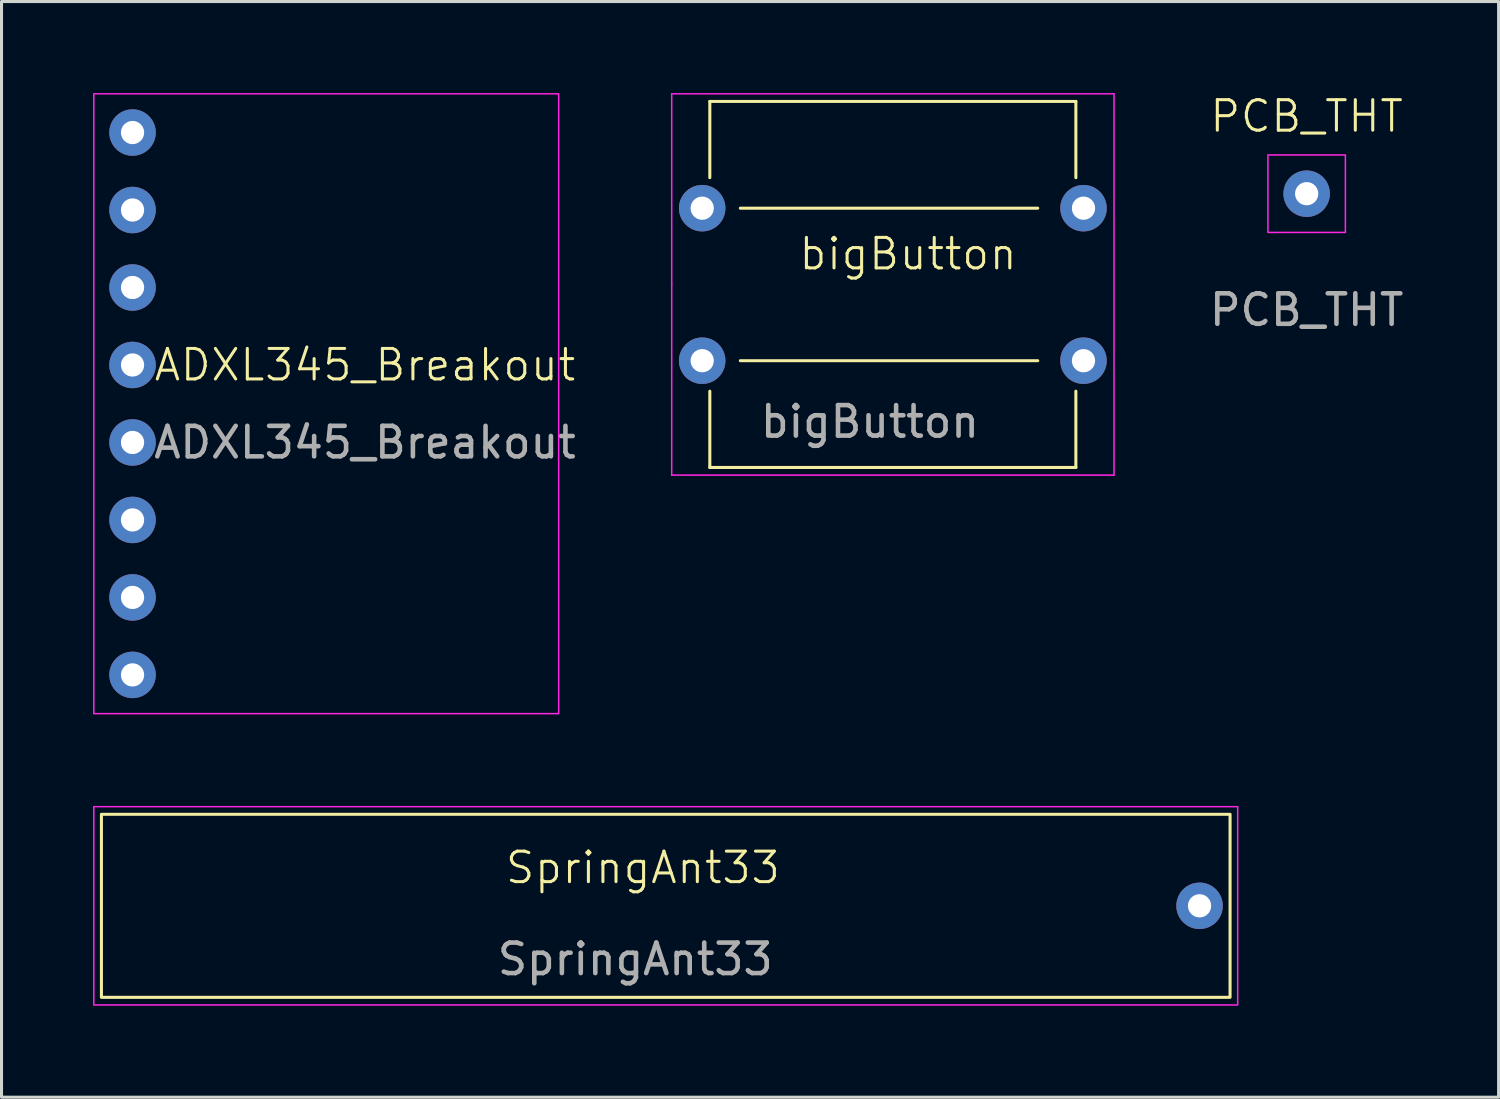
<source format=kicad_pcb>
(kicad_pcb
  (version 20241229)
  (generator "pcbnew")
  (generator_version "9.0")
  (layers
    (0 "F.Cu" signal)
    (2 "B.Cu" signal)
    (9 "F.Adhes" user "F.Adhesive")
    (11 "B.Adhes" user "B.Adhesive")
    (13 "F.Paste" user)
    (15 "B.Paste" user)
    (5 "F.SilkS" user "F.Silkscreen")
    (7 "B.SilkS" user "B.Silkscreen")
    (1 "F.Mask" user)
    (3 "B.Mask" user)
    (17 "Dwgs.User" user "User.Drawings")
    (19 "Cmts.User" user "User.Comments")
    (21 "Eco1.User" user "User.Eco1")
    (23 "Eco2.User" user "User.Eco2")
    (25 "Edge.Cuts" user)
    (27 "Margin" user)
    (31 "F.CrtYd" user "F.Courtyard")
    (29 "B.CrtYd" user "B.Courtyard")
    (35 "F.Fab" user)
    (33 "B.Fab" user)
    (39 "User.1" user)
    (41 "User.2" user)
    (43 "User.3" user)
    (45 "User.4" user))
  (footprint "ADXL345_Breakout"
    (layer "F.Cu")
    (at 1.295 1.295)
    (property "Reference" "ADXL345_Breakout" (at 7.62 7.62 0) (unlocked yes) (layer "F.SilkS") (effects (font (size 1 1) (thickness 0.1))))
    (attr through_hole)
    (fp_rect (start -1.27 -1.27) (end 13.97 19.05) (stroke (width 0.05) (type default)) (fill no) (layer "F.CrtYd"))
    (fp_text user "${REFERENCE}" (at 7.62 10.16 0) (unlocked yes) (layer "F.Fab") (effects (font (size 1 1) (thickness 0.15))))
    (pad "1" thru_hole circle (at 0 0) (size 1.524 1.524) (drill 0.762) (layers "*.Cu" "*.Mask"))
    (pad "2" thru_hole circle (at 0 2.54) (size 1.524 1.524) (drill 0.762) (layers "*.Cu" "*.Mask"))
    (pad "3" thru_hole circle (at 0 5.08) (size 1.524 1.524) (drill 0.762) (layers "*.Cu" "*.Mask"))
    (pad "4" thru_hole circle (at 0 7.62) (size 1.524 1.524) (drill 0.762) (layers "*.Cu" "*.Mask"))
    (pad "5" thru_hole circle (at 0 10.16) (size 1.524 1.524) (drill 0.762) (layers "*.Cu" "*.Mask"))
    (pad "6" thru_hole circle (at 0 12.7) (size 1.524 1.524) (drill 0.762) (layers "*.Cu" "*.Mask"))
    (pad "7" thru_hole circle (at 0 15.24) (size 1.524 1.524) (drill 0.762) (layers "*.Cu" "*.Mask"))
    (pad "8" thru_hole circle (at 0 17.78) (size 1.524 1.524) (drill 0.762) (layers "*.Cu" "*.Mask")))
  (footprint "PCB_THT"
    (layer "F.Cu")
    (at 39.786 3.3)
    (property "Reference" "PCB_THT" (at 0 -2.54 0) (unlocked yes) (layer "F.SilkS") (effects (font (size 1 1) (thickness 0.1))))
    (attr through_hole)
    (fp_rect (start -1.27 -1.27) (end 1.27 1.27) (stroke (width 0.05) (type default)) (fill no) (layer "F.CrtYd"))
    (fp_text user "${REFERENCE}" (at 0 3.81 0) (unlocked yes) (layer "F.Fab") (effects (font (size 1 1) (thickness 0.15))))
    (pad "1" thru_hole circle (at 0 0) (size 1.524 1.524) (drill 0.762) (layers "*.Cu" "*.Mask")))
  (footprint "SpringAnt33"
    (layer "F.Cu")
    (at 36.275 26.645)
    (property "Reference" "SpringAnt33" (at -18.25 -1.25 0) (unlocked yes) (layer "F.SilkS") (effects (font (size 1 1) (thickness 0.1))))
    (attr through_hole)
    (fp_rect (start -36 -3) (end 1 3) (stroke (width 0.1) (type default)) (fill no) (layer "F.SilkS"))
    (fp_rect (start -36.25 -3.25) (end 1.25 3.25) (stroke (width 0.05) (type default)) (fill no) (layer "F.CrtYd"))
    (fp_text user "${REFERENCE}" (at -18.5 1.75 0) (unlocked yes) (layer "F.Fab") (effects (font (size 1 1) (thickness 0.15))))
    (pad "1" thru_hole circle (at 0 0) (size 1.524 1.524) (drill 0.762) (layers "*.Cu" "*.Mask")))
  (footprint "bigButton"
    (layer "F.Cu")
    (at 19.97 6.275)
    (property "Reference" "bigButton" (at 6.75 -1 0) (unlocked yes) (layer "F.SilkS") (effects (font (size 1 1) (thickness 0.1))))
    (attr through_hole)
    (fp_line (start 0.25 -6) (end 12.25 -6) (stroke (width 0.1) (type default)) (layer "F.SilkS"))
    (fp_line (start 0.25 -3.5) (end 0.25 -6) (stroke (width 0.1) (type default)) (layer "F.SilkS"))
    (fp_line (start 0.25 3.5) (end 0.25 6) (stroke (width 0.1) (type default)) (layer "F.SilkS"))
    (fp_line (start 0.25 6) (end 12.25 6) (stroke (width 0.1) (type default)) (layer "F.SilkS"))
    (fp_line (start 1.25 -2.5) (end 11 -2.5) (stroke (width 0.1) (type default)) (layer "F.SilkS"))
    (fp_line (start 1.25 2.5) (end 11 2.5) (stroke (width 0.1) (type default)) (layer "F.SilkS"))
    (fp_line (start 12.25 -6) (end 12.25 -3.5) (stroke (width 0.1) (type default)) (layer "F.SilkS"))
    (fp_line (start 12.25 6) (end 12.25 3.5) (stroke (width 0.1) (type default)) (layer "F.SilkS"))
    (fp_line (start -1 -6.25) (end 13.5 -6.25) (stroke (width 0.05) (type default)) (layer "F.CrtYd"))
    (fp_line (start -1 0) (end -1 -6.25) (stroke (width 0.05) (type default)) (layer "F.CrtYd"))
    (fp_line (start -1 6.25) (end -1 0) (stroke (width 0.05) (type default)) (layer "F.CrtYd"))
    (fp_line (start 13.5 -6.25) (end 13.5 6.25) (stroke (width 0.05) (type default)) (layer "F.CrtYd"))
    (fp_line (start 13.5 6.25) (end -1 6.25) (stroke (width 0.05) (type default)) (layer "F.CrtYd"))
    (fp_text user "${REFERENCE}" (at 5.5 4.5 0) (unlocked yes) (layer "F.Fab") (effects (font (size 1 1) (thickness 0.15))))
    (pad "1" thru_hole circle (at 0 -2.5) (size 1.524 1.524) (drill 0.762) (layers "*.Cu" "*.Mask"))
    (pad "1" thru_hole circle (at 12.5 -2.5) (size 1.524 1.524) (drill 0.762) (layers "*.Cu" "*.Mask"))
    (pad "2" thru_hole circle (at 0 2.5) (size 1.524 1.524) (drill 0.762) (layers "*.Cu" "*.Mask"))
    (pad "2" thru_hole circle (at 12.5 2.5) (size 1.524 1.524) (drill 0.762) (layers "*.Cu" "*.Mask")))
  (gr_rect
    (start -3 -3)
    (end 46.078 32.92)
    (stroke (width 0.1) (type default))
    (fill no)
    (layer "Edge.Cuts")))
</source>
